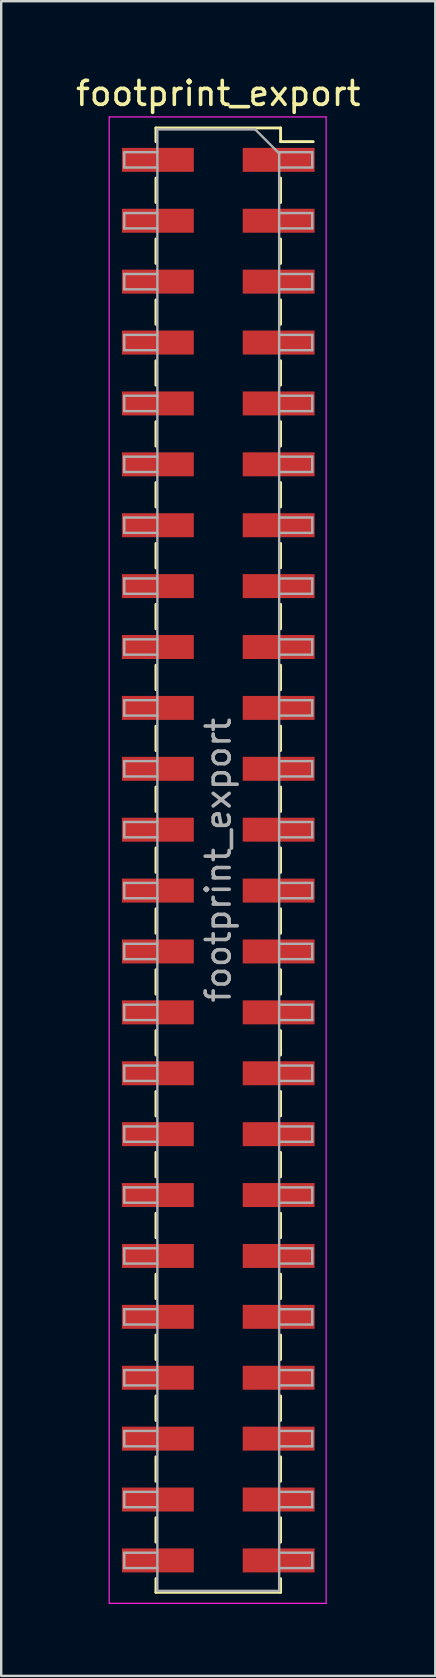
<source format=kicad_pcb>
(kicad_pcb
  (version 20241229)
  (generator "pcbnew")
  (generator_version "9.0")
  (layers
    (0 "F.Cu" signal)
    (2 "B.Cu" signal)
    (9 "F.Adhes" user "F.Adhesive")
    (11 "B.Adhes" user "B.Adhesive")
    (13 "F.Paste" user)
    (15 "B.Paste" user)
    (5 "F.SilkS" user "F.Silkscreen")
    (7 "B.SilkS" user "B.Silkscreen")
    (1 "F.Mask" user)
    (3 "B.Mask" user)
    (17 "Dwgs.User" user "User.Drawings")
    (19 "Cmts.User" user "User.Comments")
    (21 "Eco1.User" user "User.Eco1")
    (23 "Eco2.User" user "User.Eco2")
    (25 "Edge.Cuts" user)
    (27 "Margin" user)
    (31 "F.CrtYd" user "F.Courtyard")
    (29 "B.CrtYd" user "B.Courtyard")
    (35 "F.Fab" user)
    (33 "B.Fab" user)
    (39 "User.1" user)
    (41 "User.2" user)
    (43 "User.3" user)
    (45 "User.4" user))
  (footprint "footprint_export"
    (layer "F.Cu")
    (at 6.054 32.828)
    (property "Reference" "footprint_export" (at 0 -31.98 0) (layer "F.SilkS") (effects (font (size 1 1) (thickness 0.15))))
    (attr smd)
    (fp_line (start -2.6 -30.54) (end -2.6 -29.97) (stroke (width 0.12) (type solid)) (layer "F.SilkS"))
    (fp_line (start -2.6 -30.54) (end 2.6 -30.54) (stroke (width 0.12) (type solid)) (layer "F.SilkS"))
    (fp_line (start -2.6 -28.45) (end -2.6 -27.43) (stroke (width 0.12) (type solid)) (layer "F.SilkS"))
    (fp_line (start -2.6 -25.91) (end -2.6 -24.89) (stroke (width 0.12) (type solid)) (layer "F.SilkS"))
    (fp_line (start -2.6 -23.37) (end -2.6 -22.35) (stroke (width 0.12) (type solid)) (layer "F.SilkS"))
    (fp_line (start -2.6 -20.83) (end -2.6 -19.81) (stroke (width 0.12) (type solid)) (layer "F.SilkS"))
    (fp_line (start -2.6 -18.29) (end -2.6 -17.27) (stroke (width 0.12) (type solid)) (layer "F.SilkS"))
    (fp_line (start -2.6 -15.75) (end -2.6 -14.73) (stroke (width 0.12) (type solid)) (layer "F.SilkS"))
    (fp_line (start -2.6 -13.21) (end -2.6 -12.19) (stroke (width 0.12) (type solid)) (layer "F.SilkS"))
    (fp_line (start -2.6 -10.67) (end -2.6 -9.65) (stroke (width 0.12) (type solid)) (layer "F.SilkS"))
    (fp_line (start -2.6 -8.13) (end -2.6 -7.11) (stroke (width 0.12) (type solid)) (layer "F.SilkS"))
    (fp_line (start -2.6 -5.59) (end -2.6 -4.57) (stroke (width 0.12) (type solid)) (layer "F.SilkS"))
    (fp_line (start -2.6 -3.05) (end -2.6 -2.03) (stroke (width 0.12) (type solid)) (layer "F.SilkS"))
    (fp_line (start -2.6 -0.51) (end -2.6 0.51) (stroke (width 0.12) (type solid)) (layer "F.SilkS"))
    (fp_line (start -2.6 2.03) (end -2.6 3.05) (stroke (width 0.12) (type solid)) (layer "F.SilkS"))
    (fp_line (start -2.6 4.57) (end -2.6 5.59) (stroke (width 0.12) (type solid)) (layer "F.SilkS"))
    (fp_line (start -2.6 7.11) (end -2.6 8.13) (stroke (width 0.12) (type solid)) (layer "F.SilkS"))
    (fp_line (start -2.6 9.65) (end -2.6 10.67) (stroke (width 0.12) (type solid)) (layer "F.SilkS"))
    (fp_line (start -2.6 12.19) (end -2.6 13.21) (stroke (width 0.12) (type solid)) (layer "F.SilkS"))
    (fp_line (start -2.6 14.73) (end -2.6 15.75) (stroke (width 0.12) (type solid)) (layer "F.SilkS"))
    (fp_line (start -2.6 17.27) (end -2.6 18.29) (stroke (width 0.12) (type solid)) (layer "F.SilkS"))
    (fp_line (start -2.6 19.81) (end -2.6 20.83) (stroke (width 0.12) (type solid)) (layer "F.SilkS"))
    (fp_line (start -2.6 22.35) (end -2.6 23.37) (stroke (width 0.12) (type solid)) (layer "F.SilkS"))
    (fp_line (start -2.6 24.89) (end -2.6 25.91) (stroke (width 0.12) (type solid)) (layer "F.SilkS"))
    (fp_line (start -2.6 27.43) (end -2.6 28.45) (stroke (width 0.12) (type solid)) (layer "F.SilkS"))
    (fp_line (start -2.6 29.97) (end -2.6 30.54) (stroke (width 0.12) (type solid)) (layer "F.SilkS"))
    (fp_line (start -2.6 30.54) (end 2.6 30.54) (stroke (width 0.12) (type solid)) (layer "F.SilkS"))
    (fp_line (start 2.6 -30.54) (end 2.6 -29.97) (stroke (width 0.12) (type solid)) (layer "F.SilkS"))
    (fp_line (start 2.6 -29.97) (end 3.96 -29.97) (stroke (width 0.12) (type solid)) (layer "F.SilkS"))
    (fp_line (start 2.6 -28.45) (end 2.6 -27.43) (stroke (width 0.12) (type solid)) (layer "F.SilkS"))
    (fp_line (start 2.6 -25.91) (end 2.6 -24.89) (stroke (width 0.12) (type solid)) (layer "F.SilkS"))
    (fp_line (start 2.6 -23.37) (end 2.6 -22.35) (stroke (width 0.12) (type solid)) (layer "F.SilkS"))
    (fp_line (start 2.6 -20.83) (end 2.6 -19.81) (stroke (width 0.12) (type solid)) (layer "F.SilkS"))
    (fp_line (start 2.6 -18.29) (end 2.6 -17.27) (stroke (width 0.12) (type solid)) (layer "F.SilkS"))
    (fp_line (start 2.6 -15.75) (end 2.6 -14.73) (stroke (width 0.12) (type solid)) (layer "F.SilkS"))
    (fp_line (start 2.6 -13.21) (end 2.6 -12.19) (stroke (width 0.12) (type solid)) (layer "F.SilkS"))
    (fp_line (start 2.6 -10.67) (end 2.6 -9.65) (stroke (width 0.12) (type solid)) (layer "F.SilkS"))
    (fp_line (start 2.6 -8.13) (end 2.6 -7.11) (stroke (width 0.12) (type solid)) (layer "F.SilkS"))
    (fp_line (start 2.6 -5.59) (end 2.6 -4.57) (stroke (width 0.12) (type solid)) (layer "F.SilkS"))
    (fp_line (start 2.6 -3.05) (end 2.6 -2.03) (stroke (width 0.12) (type solid)) (layer "F.SilkS"))
    (fp_line (start 2.6 -0.51) (end 2.6 0.51) (stroke (width 0.12) (type solid)) (layer "F.SilkS"))
    (fp_line (start 2.6 2.03) (end 2.6 3.05) (stroke (width 0.12) (type solid)) (layer "F.SilkS"))
    (fp_line (start 2.6 4.57) (end 2.6 5.59) (stroke (width 0.12) (type solid)) (layer "F.SilkS"))
    (fp_line (start 2.6 7.11) (end 2.6 8.13) (stroke (width 0.12) (type solid)) (layer "F.SilkS"))
    (fp_line (start 2.6 9.65) (end 2.6 10.67) (stroke (width 0.12) (type solid)) (layer "F.SilkS"))
    (fp_line (start 2.6 12.19) (end 2.6 13.21) (stroke (width 0.12) (type solid)) (layer "F.SilkS"))
    (fp_line (start 2.6 14.73) (end 2.6 15.75) (stroke (width 0.12) (type solid)) (layer "F.SilkS"))
    (fp_line (start 2.6 17.27) (end 2.6 18.29) (stroke (width 0.12) (type solid)) (layer "F.SilkS"))
    (fp_line (start 2.6 19.81) (end 2.6 20.83) (stroke (width 0.12) (type solid)) (layer "F.SilkS"))
    (fp_line (start 2.6 22.35) (end 2.6 23.37) (stroke (width 0.12) (type solid)) (layer "F.SilkS"))
    (fp_line (start 2.6 24.89) (end 2.6 25.91) (stroke (width 0.12) (type solid)) (layer "F.SilkS"))
    (fp_line (start 2.6 27.43) (end 2.6 28.45) (stroke (width 0.12) (type solid)) (layer "F.SilkS"))
    (fp_line (start 2.6 29.97) (end 2.6 30.54) (stroke (width 0.12) (type solid)) (layer "F.SilkS"))
    (fp_line (start -4.55 -31) (end 4.5 -31) (stroke (width 0.05) (type solid)) (layer "F.CrtYd"))
    (fp_line (start -4.55 31) (end -4.55 -31) (stroke (width 0.05) (type solid)) (layer "F.CrtYd"))
    (fp_line (start 4.5 -31) (end 4.5 31) (stroke (width 0.05) (type solid)) (layer "F.CrtYd"))
    (fp_line (start 4.5 31) (end -4.55 31) (stroke (width 0.05) (type solid)) (layer "F.CrtYd"))
    (fp_line (start -3.92 -29.53) (end -2.54 -29.53) (stroke (width 0.1) (type solid)) (layer "F.Fab"))
    (fp_line (start -3.92 -28.89) (end -3.92 -29.53) (stroke (width 0.1) (type solid)) (layer "F.Fab"))
    (fp_line (start -3.92 -26.99) (end -2.54 -26.99) (stroke (width 0.1) (type solid)) (layer "F.Fab"))
    (fp_line (start -3.92 -26.35) (end -3.92 -26.99) (stroke (width 0.1) (type solid)) (layer "F.Fab"))
    (fp_line (start -3.92 -24.45) (end -2.54 -24.45) (stroke (width 0.1) (type solid)) (layer "F.Fab"))
    (fp_line (start -3.92 -23.81) (end -3.92 -24.45) (stroke (width 0.1) (type solid)) (layer "F.Fab"))
    (fp_line (start -3.92 -21.91) (end -2.54 -21.91) (stroke (width 0.1) (type solid)) (layer "F.Fab"))
    (fp_line (start -3.92 -21.27) (end -3.92 -21.91) (stroke (width 0.1) (type solid)) (layer "F.Fab"))
    (fp_line (start -3.92 -19.37) (end -2.54 -19.37) (stroke (width 0.1) (type solid)) (layer "F.Fab"))
    (fp_line (start -3.92 -18.73) (end -3.92 -19.37) (stroke (width 0.1) (type solid)) (layer "F.Fab"))
    (fp_line (start -3.92 -16.83) (end -2.54 -16.83) (stroke (width 0.1) (type solid)) (layer "F.Fab"))
    (fp_line (start -3.92 -16.19) (end -3.92 -16.83) (stroke (width 0.1) (type solid)) (layer "F.Fab"))
    (fp_line (start -3.92 -14.29) (end -2.54 -14.29) (stroke (width 0.1) (type solid)) (layer "F.Fab"))
    (fp_line (start -3.92 -13.65) (end -3.92 -14.29) (stroke (width 0.1) (type solid)) (layer "F.Fab"))
    (fp_line (start -3.92 -11.75) (end -2.54 -11.75) (stroke (width 0.1) (type solid)) (layer "F.Fab"))
    (fp_line (start -3.92 -11.11) (end -3.92 -11.75) (stroke (width 0.1) (type solid)) (layer "F.Fab"))
    (fp_line (start -3.92 -9.21) (end -2.54 -9.21) (stroke (width 0.1) (type solid)) (layer "F.Fab"))
    (fp_line (start -3.92 -8.57) (end -3.92 -9.21) (stroke (width 0.1) (type solid)) (layer "F.Fab"))
    (fp_line (start -3.92 -6.67) (end -2.54 -6.67) (stroke (width 0.1) (type solid)) (layer "F.Fab"))
    (fp_line (start -3.92 -6.03) (end -3.92 -6.67) (stroke (width 0.1) (type solid)) (layer "F.Fab"))
    (fp_line (start -3.92 -4.13) (end -2.54 -4.13) (stroke (width 0.1) (type solid)) (layer "F.Fab"))
    (fp_line (start -3.92 -3.49) (end -3.92 -4.13) (stroke (width 0.1) (type solid)) (layer "F.Fab"))
    (fp_line (start -3.92 -1.59) (end -2.54 -1.59) (stroke (width 0.1) (type solid)) (layer "F.Fab"))
    (fp_line (start -3.92 -0.95) (end -3.92 -1.59) (stroke (width 0.1) (type solid)) (layer "F.Fab"))
    (fp_line (start -3.92 0.95) (end -2.54 0.95) (stroke (width 0.1) (type solid)) (layer "F.Fab"))
    (fp_line (start -3.92 1.59) (end -3.92 0.95) (stroke (width 0.1) (type solid)) (layer "F.Fab"))
    (fp_line (start -3.92 3.49) (end -2.54 3.49) (stroke (width 0.1) (type solid)) (layer "F.Fab"))
    (fp_line (start -3.92 4.13) (end -3.92 3.49) (stroke (width 0.1) (type solid)) (layer "F.Fab"))
    (fp_line (start -3.92 6.03) (end -2.54 6.03) (stroke (width 0.1) (type solid)) (layer "F.Fab"))
    (fp_line (start -3.92 6.67) (end -3.92 6.03) (stroke (width 0.1) (type solid)) (layer "F.Fab"))
    (fp_line (start -3.92 8.57) (end -2.54 8.57) (stroke (width 0.1) (type solid)) (layer "F.Fab"))
    (fp_line (start -3.92 9.21) (end -3.92 8.57) (stroke (width 0.1) (type solid)) (layer "F.Fab"))
    (fp_line (start -3.92 11.11) (end -2.54 11.11) (stroke (width 0.1) (type solid)) (layer "F.Fab"))
    (fp_line (start -3.92 11.75) (end -3.92 11.11) (stroke (width 0.1) (type solid)) (layer "F.Fab"))
    (fp_line (start -3.92 13.65) (end -2.54 13.65) (stroke (width 0.1) (type solid)) (layer "F.Fab"))
    (fp_line (start -3.92 14.29) (end -3.92 13.65) (stroke (width 0.1) (type solid)) (layer "F.Fab"))
    (fp_line (start -3.92 16.19) (end -2.54 16.19) (stroke (width 0.1) (type solid)) (layer "F.Fab"))
    (fp_line (start -3.92 16.83) (end -3.92 16.19) (stroke (width 0.1) (type solid)) (layer "F.Fab"))
    (fp_line (start -3.92 18.73) (end -2.54 18.73) (stroke (width 0.1) (type solid)) (layer "F.Fab"))
    (fp_line (start -3.92 19.37) (end -3.92 18.73) (stroke (width 0.1) (type solid)) (layer "F.Fab"))
    (fp_line (start -3.92 21.27) (end -2.54 21.27) (stroke (width 0.1) (type solid)) (layer "F.Fab"))
    (fp_line (start -3.92 21.91) (end -3.92 21.27) (stroke (width 0.1) (type solid)) (layer "F.Fab"))
    (fp_line (start -3.92 23.81) (end -2.54 23.81) (stroke (width 0.1) (type solid)) (layer "F.Fab"))
    (fp_line (start -3.92 24.45) (end -3.92 23.81) (stroke (width 0.1) (type solid)) (layer "F.Fab"))
    (fp_line (start -3.92 26.35) (end -2.54 26.35) (stroke (width 0.1) (type solid)) (layer "F.Fab"))
    (fp_line (start -3.92 26.99) (end -3.92 26.35) (stroke (width 0.1) (type solid)) (layer "F.Fab"))
    (fp_line (start -3.92 28.89) (end -2.54 28.89) (stroke (width 0.1) (type solid)) (layer "F.Fab"))
    (fp_line (start -3.92 29.53) (end -3.92 28.89) (stroke (width 0.1) (type solid)) (layer "F.Fab"))
    (fp_line (start -2.54 -30.48) (end 1.54 -30.48) (stroke (width 0.1) (type solid)) (layer "F.Fab"))
    (fp_line (start -2.54 -28.89) (end -3.92 -28.89) (stroke (width 0.1) (type solid)) (layer "F.Fab"))
    (fp_line (start -2.54 -26.35) (end -3.92 -26.35) (stroke (width 0.1) (type solid)) (layer "F.Fab"))
    (fp_line (start -2.54 -23.81) (end -3.92 -23.81) (stroke (width 0.1) (type solid)) (layer "F.Fab"))
    (fp_line (start -2.54 -21.27) (end -3.92 -21.27) (stroke (width 0.1) (type solid)) (layer "F.Fab"))
    (fp_line (start -2.54 -18.73) (end -3.92 -18.73) (stroke (width 0.1) (type solid)) (layer "F.Fab"))
    (fp_line (start -2.54 -16.19) (end -3.92 -16.19) (stroke (width 0.1) (type solid)) (layer "F.Fab"))
    (fp_line (start -2.54 -13.65) (end -3.92 -13.65) (stroke (width 0.1) (type solid)) (layer "F.Fab"))
    (fp_line (start -2.54 -11.11) (end -3.92 -11.11) (stroke (width 0.1) (type solid)) (layer "F.Fab"))
    (fp_line (start -2.54 -8.57) (end -3.92 -8.57) (stroke (width 0.1) (type solid)) (layer "F.Fab"))
    (fp_line (start -2.54 -6.03) (end -3.92 -6.03) (stroke (width 0.1) (type solid)) (layer "F.Fab"))
    (fp_line (start -2.54 -3.49) (end -3.92 -3.49) (stroke (width 0.1) (type solid)) (layer "F.Fab"))
    (fp_line (start -2.54 -0.95) (end -3.92 -0.95) (stroke (width 0.1) (type solid)) (layer "F.Fab"))
    (fp_line (start -2.54 1.59) (end -3.92 1.59) (stroke (width 0.1) (type solid)) (layer "F.Fab"))
    (fp_line (start -2.54 4.13) (end -3.92 4.13) (stroke (width 0.1) (type solid)) (layer "F.Fab"))
    (fp_line (start -2.54 6.67) (end -3.92 6.67) (stroke (width 0.1) (type solid)) (layer "F.Fab"))
    (fp_line (start -2.54 9.21) (end -3.92 9.21) (stroke (width 0.1) (type solid)) (layer "F.Fab"))
    (fp_line (start -2.54 11.75) (end -3.92 11.75) (stroke (width 0.1) (type solid)) (layer "F.Fab"))
    (fp_line (start -2.54 14.29) (end -3.92 14.29) (stroke (width 0.1) (type solid)) (layer "F.Fab"))
    (fp_line (start -2.54 16.83) (end -3.92 16.83) (stroke (width 0.1) (type solid)) (layer "F.Fab"))
    (fp_line (start -2.54 19.37) (end -3.92 19.37) (stroke (width 0.1) (type solid)) (layer "F.Fab"))
    (fp_line (start -2.54 21.91) (end -3.92 21.91) (stroke (width 0.1) (type solid)) (layer "F.Fab"))
    (fp_line (start -2.54 24.45) (end -3.92 24.45) (stroke (width 0.1) (type solid)) (layer "F.Fab"))
    (fp_line (start -2.54 26.99) (end -3.92 26.99) (stroke (width 0.1) (type solid)) (layer "F.Fab"))
    (fp_line (start -2.54 29.53) (end -3.92 29.53) (stroke (width 0.1) (type solid)) (layer "F.Fab"))
    (fp_line (start -2.54 30.48) (end -2.54 -30.48) (stroke (width 0.1) (type solid)) (layer "F.Fab"))
    (fp_line (start 1.54 -30.48) (end 2.54 -29.48) (stroke (width 0.1) (type solid)) (layer "F.Fab"))
    (fp_line (start 2.54 -29.53) (end 3.92 -29.53) (stroke (width 0.1) (type solid)) (layer "F.Fab"))
    (fp_line (start 2.54 -29.48) (end 2.54 30.48) (stroke (width 0.1) (type solid)) (layer "F.Fab"))
    (fp_line (start 2.54 -26.99) (end 3.92 -26.99) (stroke (width 0.1) (type solid)) (layer "F.Fab"))
    (fp_line (start 2.54 -24.45) (end 3.92 -24.45) (stroke (width 0.1) (type solid)) (layer "F.Fab"))
    (fp_line (start 2.54 -21.91) (end 3.92 -21.91) (stroke (width 0.1) (type solid)) (layer "F.Fab"))
    (fp_line (start 2.54 -19.37) (end 3.92 -19.37) (stroke (width 0.1) (type solid)) (layer "F.Fab"))
    (fp_line (start 2.54 -16.83) (end 3.92 -16.83) (stroke (width 0.1) (type solid)) (layer "F.Fab"))
    (fp_line (start 2.54 -14.29) (end 3.92 -14.29) (stroke (width 0.1) (type solid)) (layer "F.Fab"))
    (fp_line (start 2.54 -11.75) (end 3.92 -11.75) (stroke (width 0.1) (type solid)) (layer "F.Fab"))
    (fp_line (start 2.54 -9.21) (end 3.92 -9.21) (stroke (width 0.1) (type solid)) (layer "F.Fab"))
    (fp_line (start 2.54 -6.67) (end 3.92 -6.67) (stroke (width 0.1) (type solid)) (layer "F.Fab"))
    (fp_line (start 2.54 -4.13) (end 3.92 -4.13) (stroke (width 0.1) (type solid)) (layer "F.Fab"))
    (fp_line (start 2.54 -1.59) (end 3.92 -1.59) (stroke (width 0.1) (type solid)) (layer "F.Fab"))
    (fp_line (start 2.54 0.95) (end 3.92 0.95) (stroke (width 0.1) (type solid)) (layer "F.Fab"))
    (fp_line (start 2.54 3.49) (end 3.92 3.49) (stroke (width 0.1) (type solid)) (layer "F.Fab"))
    (fp_line (start 2.54 6.03) (end 3.92 6.03) (stroke (width 0.1) (type solid)) (layer "F.Fab"))
    (fp_line (start 2.54 8.57) (end 3.92 8.57) (stroke (width 0.1) (type solid)) (layer "F.Fab"))
    (fp_line (start 2.54 11.11) (end 3.92 11.11) (stroke (width 0.1) (type solid)) (layer "F.Fab"))
    (fp_line (start 2.54 13.65) (end 3.92 13.65) (stroke (width 0.1) (type solid)) (layer "F.Fab"))
    (fp_line (start 2.54 16.19) (end 3.92 16.19) (stroke (width 0.1) (type solid)) (layer "F.Fab"))
    (fp_line (start 2.54 18.73) (end 3.92 18.73) (stroke (width 0.1) (type solid)) (layer "F.Fab"))
    (fp_line (start 2.54 21.27) (end 3.92 21.27) (stroke (width 0.1) (type solid)) (layer "F.Fab"))
    (fp_line (start 2.54 23.81) (end 3.92 23.81) (stroke (width 0.1) (type solid)) (layer "F.Fab"))
    (fp_line (start 2.54 26.35) (end 3.92 26.35) (stroke (width 0.1) (type solid)) (layer "F.Fab"))
    (fp_line (start 2.54 28.89) (end 3.92 28.89) (stroke (width 0.1) (type solid)) (layer "F.Fab"))
    (fp_line (start 2.54 30.48) (end -2.54 30.48) (stroke (width 0.1) (type solid)) (layer "F.Fab"))
    (fp_line (start 3.92 -29.53) (end 3.92 -28.89) (stroke (width 0.1) (type solid)) (layer "F.Fab"))
    (fp_line (start 3.92 -28.89) (end 2.54 -28.89) (stroke (width 0.1) (type solid)) (layer "F.Fab"))
    (fp_line (start 3.92 -26.99) (end 3.92 -26.35) (stroke (width 0.1) (type solid)) (layer "F.Fab"))
    (fp_line (start 3.92 -26.35) (end 2.54 -26.35) (stroke (width 0.1) (type solid)) (layer "F.Fab"))
    (fp_line (start 3.92 -24.45) (end 3.92 -23.81) (stroke (width 0.1) (type solid)) (layer "F.Fab"))
    (fp_line (start 3.92 -23.81) (end 2.54 -23.81) (stroke (width 0.1) (type solid)) (layer "F.Fab"))
    (fp_line (start 3.92 -21.91) (end 3.92 -21.27) (stroke (width 0.1) (type solid)) (layer "F.Fab"))
    (fp_line (start 3.92 -21.27) (end 2.54 -21.27) (stroke (width 0.1) (type solid)) (layer "F.Fab"))
    (fp_line (start 3.92 -19.37) (end 3.92 -18.73) (stroke (width 0.1) (type solid)) (layer "F.Fab"))
    (fp_line (start 3.92 -18.73) (end 2.54 -18.73) (stroke (width 0.1) (type solid)) (layer "F.Fab"))
    (fp_line (start 3.92 -16.83) (end 3.92 -16.19) (stroke (width 0.1) (type solid)) (layer "F.Fab"))
    (fp_line (start 3.92 -16.19) (end 2.54 -16.19) (stroke (width 0.1) (type solid)) (layer "F.Fab"))
    (fp_line (start 3.92 -14.29) (end 3.92 -13.65) (stroke (width 0.1) (type solid)) (layer "F.Fab"))
    (fp_line (start 3.92 -13.65) (end 2.54 -13.65) (stroke (width 0.1) (type solid)) (layer "F.Fab"))
    (fp_line (start 3.92 -11.75) (end 3.92 -11.11) (stroke (width 0.1) (type solid)) (layer "F.Fab"))
    (fp_line (start 3.92 -11.11) (end 2.54 -11.11) (stroke (width 0.1) (type solid)) (layer "F.Fab"))
    (fp_line (start 3.92 -9.21) (end 3.92 -8.57) (stroke (width 0.1) (type solid)) (layer "F.Fab"))
    (fp_line (start 3.92 -8.57) (end 2.54 -8.57) (stroke (width 0.1) (type solid)) (layer "F.Fab"))
    (fp_line (start 3.92 -6.67) (end 3.92 -6.03) (stroke (width 0.1) (type solid)) (layer "F.Fab"))
    (fp_line (start 3.92 -6.03) (end 2.54 -6.03) (stroke (width 0.1) (type solid)) (layer "F.Fab"))
    (fp_line (start 3.92 -4.13) (end 3.92 -3.49) (stroke (width 0.1) (type solid)) (layer "F.Fab"))
    (fp_line (start 3.92 -3.49) (end 2.54 -3.49) (stroke (width 0.1) (type solid)) (layer "F.Fab"))
    (fp_line (start 3.92 -1.59) (end 3.92 -0.95) (stroke (width 0.1) (type solid)) (layer "F.Fab"))
    (fp_line (start 3.92 -0.95) (end 2.54 -0.95) (stroke (width 0.1) (type solid)) (layer "F.Fab"))
    (fp_line (start 3.92 0.95) (end 3.92 1.59) (stroke (width 0.1) (type solid)) (layer "F.Fab"))
    (fp_line (start 3.92 1.59) (end 2.54 1.59) (stroke (width 0.1) (type solid)) (layer "F.Fab"))
    (fp_line (start 3.92 3.49) (end 3.92 4.13) (stroke (width 0.1) (type solid)) (layer "F.Fab"))
    (fp_line (start 3.92 4.13) (end 2.54 4.13) (stroke (width 0.1) (type solid)) (layer "F.Fab"))
    (fp_line (start 3.92 6.03) (end 3.92 6.67) (stroke (width 0.1) (type solid)) (layer "F.Fab"))
    (fp_line (start 3.92 6.67) (end 2.54 6.67) (stroke (width 0.1) (type solid)) (layer "F.Fab"))
    (fp_line (start 3.92 8.57) (end 3.92 9.21) (stroke (width 0.1) (type solid)) (layer "F.Fab"))
    (fp_line (start 3.92 9.21) (end 2.54 9.21) (stroke (width 0.1) (type solid)) (layer "F.Fab"))
    (fp_line (start 3.92 11.11) (end 3.92 11.75) (stroke (width 0.1) (type solid)) (layer "F.Fab"))
    (fp_line (start 3.92 11.75) (end 2.54 11.75) (stroke (width 0.1) (type solid)) (layer "F.Fab"))
    (fp_line (start 3.92 13.65) (end 3.92 14.29) (stroke (width 0.1) (type solid)) (layer "F.Fab"))
    (fp_line (start 3.92 14.29) (end 2.54 14.29) (stroke (width 0.1) (type solid)) (layer "F.Fab"))
    (fp_line (start 3.92 16.19) (end 3.92 16.83) (stroke (width 0.1) (type solid)) (layer "F.Fab"))
    (fp_line (start 3.92 16.83) (end 2.54 16.83) (stroke (width 0.1) (type solid)) (layer "F.Fab"))
    (fp_line (start 3.92 18.73) (end 3.92 19.37) (stroke (width 0.1) (type solid)) (layer "F.Fab"))
    (fp_line (start 3.92 19.37) (end 2.54 19.37) (stroke (width 0.1) (type solid)) (layer "F.Fab"))
    (fp_line (start 3.92 21.27) (end 3.92 21.91) (stroke (width 0.1) (type solid)) (layer "F.Fab"))
    (fp_line (start 3.92 21.91) (end 2.54 21.91) (stroke (width 0.1) (type solid)) (layer "F.Fab"))
    (fp_line (start 3.92 23.81) (end 3.92 24.45) (stroke (width 0.1) (type solid)) (layer "F.Fab"))
    (fp_line (start 3.92 24.45) (end 2.54 24.45) (stroke (width 0.1) (type solid)) (layer "F.Fab"))
    (fp_line (start 3.92 26.35) (end 3.92 26.99) (stroke (width 0.1) (type solid)) (layer "F.Fab"))
    (fp_line (start 3.92 26.99) (end 2.54 26.99) (stroke (width 0.1) (type solid)) (layer "F.Fab"))
    (fp_line (start 3.92 28.89) (end 3.92 29.53) (stroke (width 0.1) (type solid)) (layer "F.Fab"))
    (fp_line (start 3.92 29.53) (end 2.54 29.53) (stroke (width 0.1) (type solid)) (layer "F.Fab"))
    (fp_text user "${REFERENCE}" (at 0 0 90) (layer "F.Fab") (effects (font (size 1 1) (thickness 0.15))))
    (pad "1" smd rect (at 2.52 -29.21) (size 3 1) (layers "F.Cu" "F.Mask" "F.Paste"))
    (pad "2" smd rect (at -2.52 -29.21) (size 3 1) (layers "F.Cu" "F.Mask" "F.Paste"))
    (pad "3" smd rect (at 2.52 -26.67) (size 3 1) (layers "F.Cu" "F.Mask" "F.Paste"))
    (pad "4" smd rect (at -2.52 -26.67) (size 3 1) (layers "F.Cu" "F.Mask" "F.Paste"))
    (pad "5" smd rect (at 2.52 -24.13) (size 3 1) (layers "F.Cu" "F.Mask" "F.Paste"))
    (pad "6" smd rect (at -2.52 -24.13) (size 3 1) (layers "F.Cu" "F.Mask" "F.Paste"))
    (pad "7" smd rect (at 2.52 -21.59) (size 3 1) (layers "F.Cu" "F.Mask" "F.Paste"))
    (pad "8" smd rect (at -2.52 -21.59) (size 3 1) (layers "F.Cu" "F.Mask" "F.Paste"))
    (pad "9" smd rect (at 2.52 -19.05) (size 3 1) (layers "F.Cu" "F.Mask" "F.Paste"))
    (pad "10" smd rect (at -2.52 -19.05) (size 3 1) (layers "F.Cu" "F.Mask" "F.Paste"))
    (pad "11" smd rect (at 2.52 -16.51) (size 3 1) (layers "F.Cu" "F.Mask" "F.Paste"))
    (pad "12" smd rect (at -2.52 -16.51) (size 3 1) (layers "F.Cu" "F.Mask" "F.Paste"))
    (pad "13" smd rect (at 2.52 -13.97) (size 3 1) (layers "F.Cu" "F.Mask" "F.Paste"))
    (pad "14" smd rect (at -2.52 -13.97) (size 3 1) (layers "F.Cu" "F.Mask" "F.Paste"))
    (pad "15" smd rect (at 2.52 -11.43) (size 3 1) (layers "F.Cu" "F.Mask" "F.Paste"))
    (pad "16" smd rect (at -2.52 -11.43) (size 3 1) (layers "F.Cu" "F.Mask" "F.Paste"))
    (pad "17" smd rect (at 2.52 -8.89) (size 3 1) (layers "F.Cu" "F.Mask" "F.Paste"))
    (pad "18" smd rect (at -2.52 -8.89) (size 3 1) (layers "F.Cu" "F.Mask" "F.Paste"))
    (pad "19" smd rect (at 2.52 -6.35) (size 3 1) (layers "F.Cu" "F.Mask" "F.Paste"))
    (pad "20" smd rect (at -2.52 -6.35) (size 3 1) (layers "F.Cu" "F.Mask" "F.Paste"))
    (pad "21" smd rect (at 2.52 -3.81) (size 3 1) (layers "F.Cu" "F.Mask" "F.Paste"))
    (pad "22" smd rect (at -2.52 -3.81) (size 3 1) (layers "F.Cu" "F.Mask" "F.Paste"))
    (pad "23" smd rect (at 2.52 -1.27) (size 3 1) (layers "F.Cu" "F.Mask" "F.Paste"))
    (pad "24" smd rect (at -2.52 -1.27) (size 3 1) (layers "F.Cu" "F.Mask" "F.Paste"))
    (pad "25" smd rect (at 2.52 1.27) (size 3 1) (layers "F.Cu" "F.Mask" "F.Paste"))
    (pad "26" smd rect (at -2.52 1.27) (size 3 1) (layers "F.Cu" "F.Mask" "F.Paste"))
    (pad "27" smd rect (at 2.52 3.81) (size 3 1) (layers "F.Cu" "F.Mask" "F.Paste"))
    (pad "28" smd rect (at -2.52 3.81) (size 3 1) (layers "F.Cu" "F.Mask" "F.Paste"))
    (pad "29" smd rect (at 2.52 6.35) (size 3 1) (layers "F.Cu" "F.Mask" "F.Paste"))
    (pad "30" smd rect (at -2.52 6.35) (size 3 1) (layers "F.Cu" "F.Mask" "F.Paste"))
    (pad "31" smd rect (at 2.52 8.89) (size 3 1) (layers "F.Cu" "F.Mask" "F.Paste"))
    (pad "32" smd rect (at -2.52 8.89) (size 3 1) (layers "F.Cu" "F.Mask" "F.Paste"))
    (pad "33" smd rect (at 2.52 11.43) (size 3 1) (layers "F.Cu" "F.Mask" "F.Paste"))
    (pad "34" smd rect (at -2.52 11.43) (size 3 1) (layers "F.Cu" "F.Mask" "F.Paste"))
    (pad "35" smd rect (at 2.52 13.97) (size 3 1) (layers "F.Cu" "F.Mask" "F.Paste"))
    (pad "36" smd rect (at -2.52 13.97) (size 3 1) (layers "F.Cu" "F.Mask" "F.Paste"))
    (pad "37" smd rect (at 2.52 16.51) (size 3 1) (layers "F.Cu" "F.Mask" "F.Paste"))
    (pad "38" smd rect (at -2.52 16.51) (size 3 1) (layers "F.Cu" "F.Mask" "F.Paste"))
    (pad "39" smd rect (at 2.52 19.05) (size 3 1) (layers "F.Cu" "F.Mask" "F.Paste"))
    (pad "40" smd rect (at -2.52 19.05) (size 3 1) (layers "F.Cu" "F.Mask" "F.Paste"))
    (pad "41" smd rect (at 2.52 21.59) (size 3 1) (layers "F.Cu" "F.Mask" "F.Paste"))
    (pad "42" smd rect (at -2.52 21.59) (size 3 1) (layers "F.Cu" "F.Mask" "F.Paste"))
    (pad "43" smd rect (at 2.52 24.13) (size 3 1) (layers "F.Cu" "F.Mask" "F.Paste"))
    (pad "44" smd rect (at -2.52 24.13) (size 3 1) (layers "F.Cu" "F.Mask" "F.Paste"))
    (pad "45" smd rect (at 2.52 26.67) (size 3 1) (layers "F.Cu" "F.Mask" "F.Paste"))
    (pad "46" smd rect (at -2.52 26.67) (size 3 1) (layers "F.Cu" "F.Mask" "F.Paste"))
    (pad "47" smd rect (at 2.52 29.21) (size 3 1) (layers "F.Cu" "F.Mask" "F.Paste"))
    (pad "48" smd rect (at -2.52 29.21) (size 3 1) (layers "F.Cu" "F.Mask" "F.Paste")))
  (gr_rect
    (start -3 -3)
    (end 15.107 66.853)
    (stroke (width 0.1) (type default))
    (fill no)
    (layer "Edge.Cuts")))
</source>
